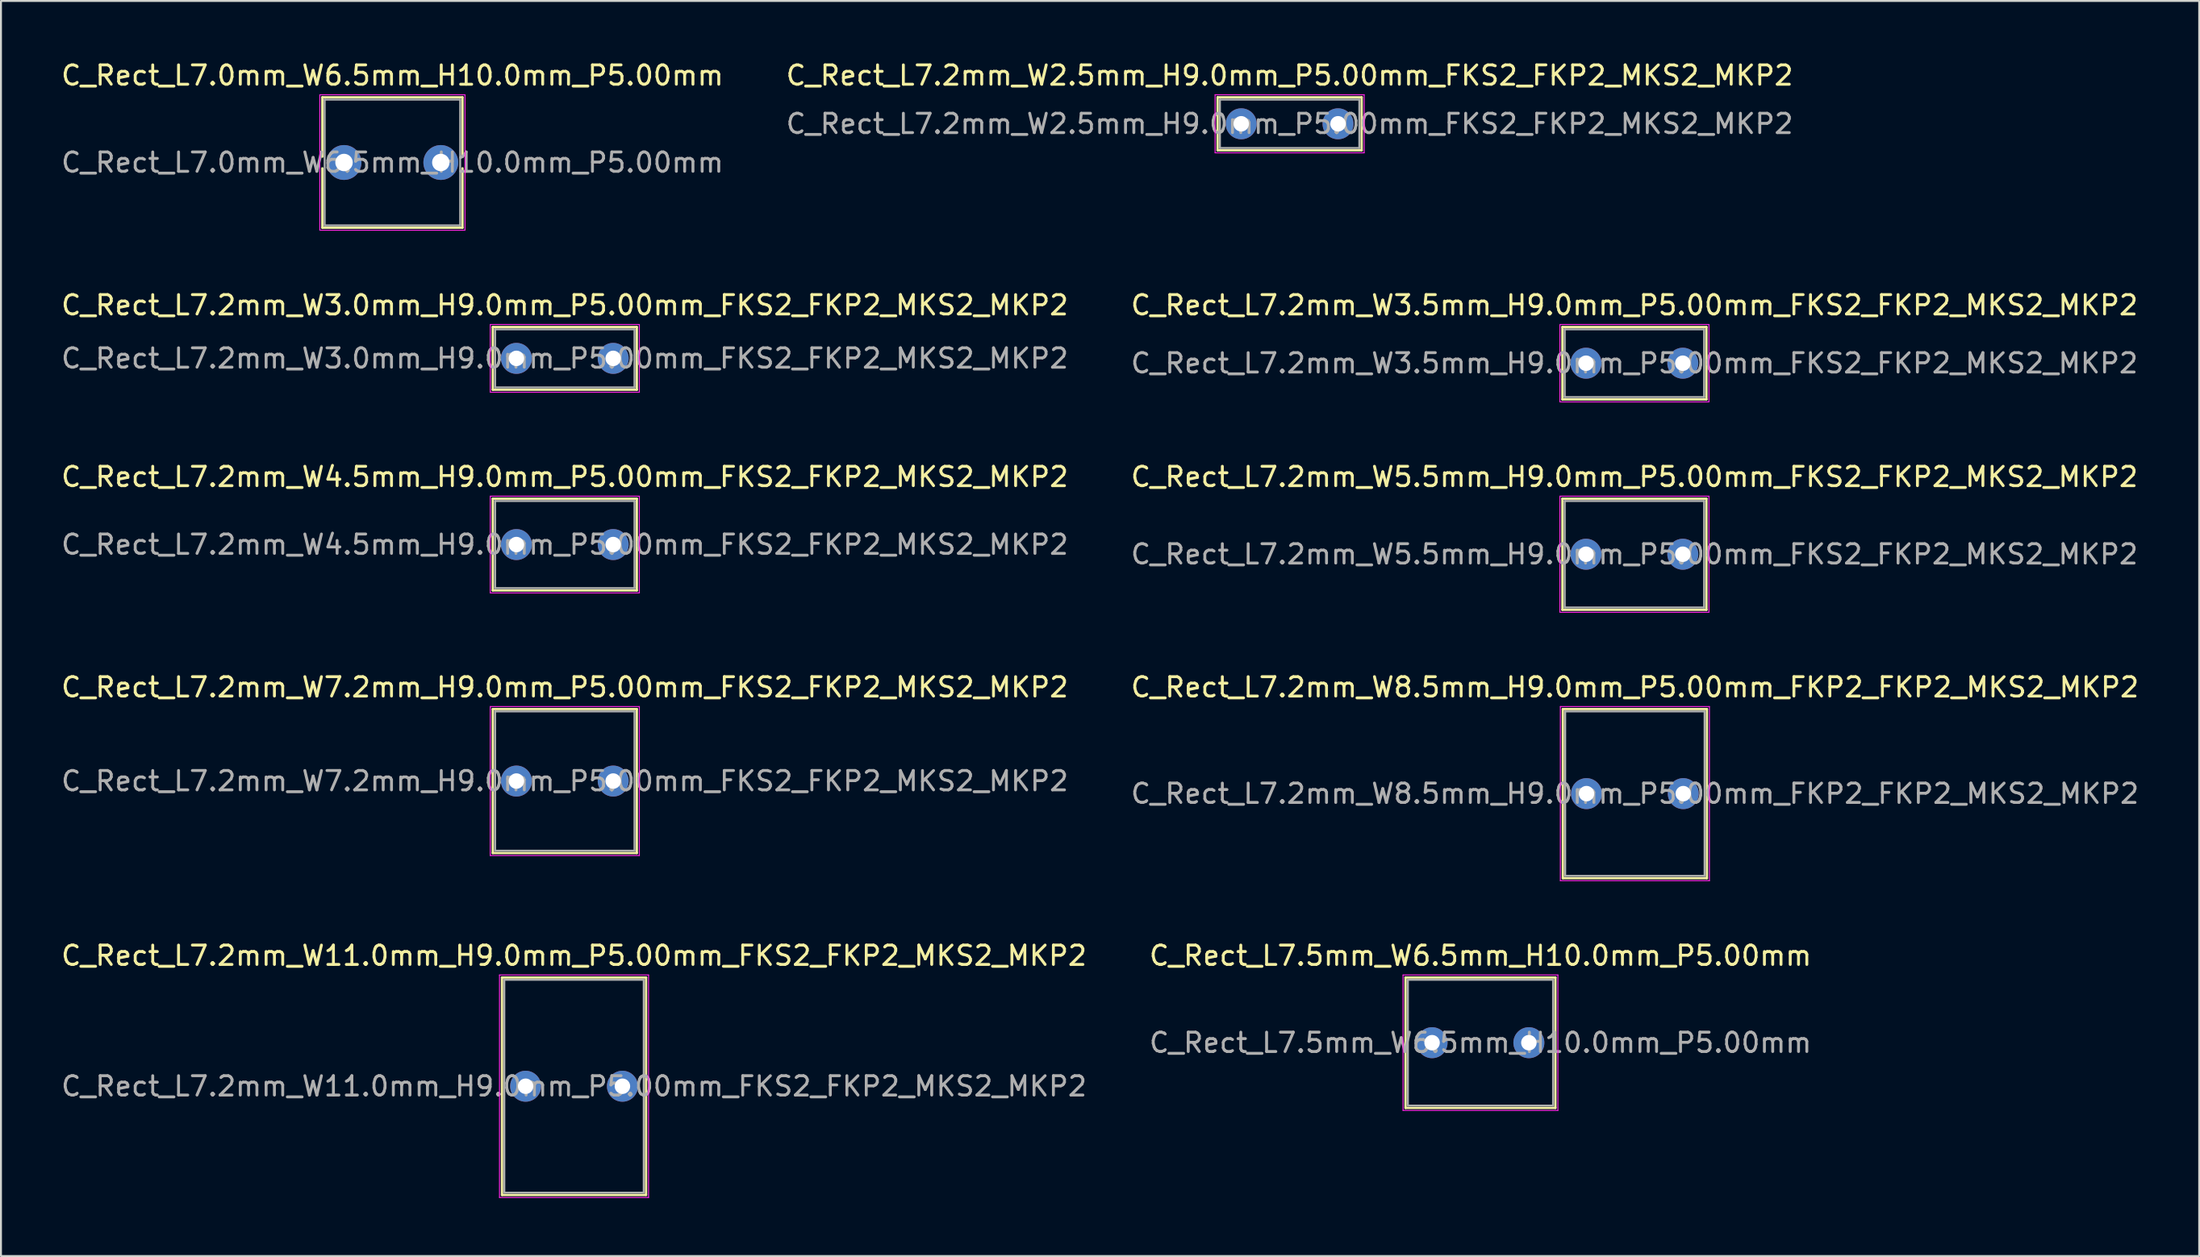
<source format=kicad_pcb>
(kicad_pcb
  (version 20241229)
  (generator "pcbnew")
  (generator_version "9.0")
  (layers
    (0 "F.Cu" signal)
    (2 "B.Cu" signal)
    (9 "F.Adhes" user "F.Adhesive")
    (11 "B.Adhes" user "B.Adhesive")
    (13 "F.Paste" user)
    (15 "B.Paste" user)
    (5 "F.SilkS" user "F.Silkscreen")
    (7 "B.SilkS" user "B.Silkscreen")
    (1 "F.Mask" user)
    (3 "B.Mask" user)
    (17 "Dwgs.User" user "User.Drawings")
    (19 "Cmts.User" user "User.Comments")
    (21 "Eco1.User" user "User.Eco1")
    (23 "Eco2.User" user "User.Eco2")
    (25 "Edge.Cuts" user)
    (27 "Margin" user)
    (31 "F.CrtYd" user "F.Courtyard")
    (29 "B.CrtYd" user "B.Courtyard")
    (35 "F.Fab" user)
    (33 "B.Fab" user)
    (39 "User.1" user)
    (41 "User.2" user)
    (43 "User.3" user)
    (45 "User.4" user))
  (footprint "C_Rect_L7.2mm_W3.5mm_H9.0mm_P5.00mm_FKS2_FKP2_MKS2_MKP2"
    (layer "F.Cu")
    (at 78.875 15.722)
    (property "Reference" "C_Rect_L7.2mm_W3.5mm_H9.0mm_P5.00mm_FKS2_FKP2_MKS2_MKP2" (at 2.5 -3 0) (layer "F.SilkS") (effects (font (size 1 1) (thickness 0.15))))
    (attr through_hole)
    (fp_line (start -1.22 -1.87) (end -1.22 1.87) (stroke (width 0.12) (type solid)) (layer "F.SilkS"))
    (fp_line (start -1.22 -1.87) (end 6.22 -1.87) (stroke (width 0.12) (type solid)) (layer "F.SilkS"))
    (fp_line (start -1.22 1.87) (end 6.22 1.87) (stroke (width 0.12) (type solid)) (layer "F.SilkS"))
    (fp_line (start 6.22 -1.87) (end 6.22 1.87) (stroke (width 0.12) (type solid)) (layer "F.SilkS"))
    (fp_line (start -1.35 -2) (end -1.35 2) (stroke (width 0.05) (type solid)) (layer "F.CrtYd"))
    (fp_line (start -1.35 2) (end 6.35 2) (stroke (width 0.05) (type solid)) (layer "F.CrtYd"))
    (fp_line (start 6.35 -2) (end -1.35 -2) (stroke (width 0.05) (type solid)) (layer "F.CrtYd"))
    (fp_line (start 6.35 2) (end 6.35 -2) (stroke (width 0.05) (type solid)) (layer "F.CrtYd"))
    (fp_line (start -1.1 -1.75) (end -1.1 1.75) (stroke (width 0.1) (type solid)) (layer "F.Fab"))
    (fp_line (start -1.1 1.75) (end 6.1 1.75) (stroke (width 0.1) (type solid)) (layer "F.Fab"))
    (fp_line (start 6.1 -1.75) (end -1.1 -1.75) (stroke (width 0.1) (type solid)) (layer "F.Fab"))
    (fp_line (start 6.1 1.75) (end 6.1 -1.75) (stroke (width 0.1) (type solid)) (layer "F.Fab"))
    (fp_text user "${REFERENCE}" (at 2.5 0 0) (layer "F.Fab") (effects (font (size 1 1) (thickness 0.15))))
    (pad "1" thru_hole circle (at 0 0) (size 1.6 1.6) (drill 0.8) (layers "*.Cu" "*.Mask"))
    (pad "2" thru_hole circle (at 5 0) (size 1.6 1.6) (drill 0.8) (layers "*.Cu" "*.Mask")))
  (footprint "C_Rect_L7.2mm_W2.5mm_H9.0mm_P5.00mm_FKS2_FKP2_MKS2_MKP2"
    (layer "F.Cu")
    (at 61.065 3.348)
    (property "Reference" "C_Rect_L7.2mm_W2.5mm_H9.0mm_P5.00mm_FKS2_FKP2_MKS2_MKP2" (at 2.5 -2.5 0) (layer "F.SilkS") (effects (font (size 1 1) (thickness 0.15))))
    (attr through_hole)
    (fp_line (start -1.22 -1.37) (end -1.22 1.37) (stroke (width 0.12) (type solid)) (layer "F.SilkS"))
    (fp_line (start -1.22 -1.37) (end 6.22 -1.37) (stroke (width 0.12) (type solid)) (layer "F.SilkS"))
    (fp_line (start -1.22 1.37) (end 6.22 1.37) (stroke (width 0.12) (type solid)) (layer "F.SilkS"))
    (fp_line (start 6.22 -1.37) (end 6.22 1.37) (stroke (width 0.12) (type solid)) (layer "F.SilkS"))
    (fp_line (start -1.35 -1.5) (end -1.35 1.5) (stroke (width 0.05) (type solid)) (layer "F.CrtYd"))
    (fp_line (start -1.35 1.5) (end 6.35 1.5) (stroke (width 0.05) (type solid)) (layer "F.CrtYd"))
    (fp_line (start 6.35 -1.5) (end -1.35 -1.5) (stroke (width 0.05) (type solid)) (layer "F.CrtYd"))
    (fp_line (start 6.35 1.5) (end 6.35 -1.5) (stroke (width 0.05) (type solid)) (layer "F.CrtYd"))
    (fp_line (start -1.1 -1.25) (end -1.1 1.25) (stroke (width 0.1) (type solid)) (layer "F.Fab"))
    (fp_line (start -1.1 1.25) (end 6.1 1.25) (stroke (width 0.1) (type solid)) (layer "F.Fab"))
    (fp_line (start 6.1 -1.25) (end -1.1 -1.25) (stroke (width 0.1) (type solid)) (layer "F.Fab"))
    (fp_line (start 6.1 1.25) (end 6.1 -1.25) (stroke (width 0.1) (type solid)) (layer "F.Fab"))
    (fp_text user "${REFERENCE}" (at 2.5 0 0) (layer "F.Fab") (effects (font (size 1 1) (thickness 0.15))))
    (pad "1" thru_hole circle (at 0 0) (size 1.6 1.6) (drill 0.8) (layers "*.Cu" "*.Mask"))
    (pad "2" thru_hole circle (at 5 0) (size 1.6 1.6) (drill 0.8) (layers "*.Cu" "*.Mask")))
  (footprint "C_Rect_L7.5mm_W6.5mm_H10.0mm_P5.00mm"
    (layer "F.Cu")
    (at 70.923 50.841)
    (property "Reference" "C_Rect_L7.5mm_W6.5mm_H10.0mm_P5.00mm" (at 2.5 -4.5 0) (layer "F.SilkS") (effects (font (size 1 1) (thickness 0.15))))
    (attr through_hole)
    (fp_line (start -1.37 -3.37) (end -1.37 3.37) (stroke (width 0.12) (type solid)) (layer "F.SilkS"))
    (fp_line (start -1.37 -3.37) (end 6.37 -3.37) (stroke (width 0.12) (type solid)) (layer "F.SilkS"))
    (fp_line (start -1.37 3.37) (end 6.37 3.37) (stroke (width 0.12) (type solid)) (layer "F.SilkS"))
    (fp_line (start 6.37 -3.37) (end 6.37 3.37) (stroke (width 0.12) (type solid)) (layer "F.SilkS"))
    (fp_line (start -1.5 -3.5) (end -1.5 3.5) (stroke (width 0.05) (type solid)) (layer "F.CrtYd"))
    (fp_line (start -1.5 3.5) (end 6.5 3.5) (stroke (width 0.05) (type solid)) (layer "F.CrtYd"))
    (fp_line (start 6.5 -3.5) (end -1.5 -3.5) (stroke (width 0.05) (type solid)) (layer "F.CrtYd"))
    (fp_line (start 6.5 3.5) (end 6.5 -3.5) (stroke (width 0.05) (type solid)) (layer "F.CrtYd"))
    (fp_line (start -1.25 -3.25) (end -1.25 3.25) (stroke (width 0.1) (type solid)) (layer "F.Fab"))
    (fp_line (start -1.25 3.25) (end 6.25 3.25) (stroke (width 0.1) (type solid)) (layer "F.Fab"))
    (fp_line (start 6.25 -3.25) (end -1.25 -3.25) (stroke (width 0.1) (type solid)) (layer "F.Fab"))
    (fp_line (start 6.25 3.25) (end 6.25 -3.25) (stroke (width 0.1) (type solid)) (layer "F.Fab"))
    (fp_text user "${REFERENCE}" (at 2.5 0 0) (layer "F.Fab") (effects (font (size 1 1) (thickness 0.15))))
    (pad "1" thru_hole circle (at 0 0) (size 1.6 1.6) (drill 0.8) (layers "*.Cu" "*.Mask"))
    (pad "2" thru_hole circle (at 5 0) (size 1.6 1.6) (drill 0.8) (layers "*.Cu" "*.Mask")))
  (footprint "C_Rect_L7.2mm_W4.5mm_H9.0mm_P5.00mm_FKS2_FKP2_MKS2_MKP2"
    (layer "F.Cu")
    (at 23.625 25.095)
    (property "Reference" "C_Rect_L7.2mm_W4.5mm_H9.0mm_P5.00mm_FKS2_FKP2_MKS2_MKP2" (at 2.5 -3.5 0) (layer "F.SilkS") (effects (font (size 1 1) (thickness 0.15))))
    (attr through_hole)
    (fp_line (start -1.22 -2.37) (end -1.22 2.37) (stroke (width 0.12) (type solid)) (layer "F.SilkS"))
    (fp_line (start -1.22 -2.37) (end 6.22 -2.37) (stroke (width 0.12) (type solid)) (layer "F.SilkS"))
    (fp_line (start -1.22 2.37) (end 6.22 2.37) (stroke (width 0.12) (type solid)) (layer "F.SilkS"))
    (fp_line (start 6.22 -2.37) (end 6.22 2.37) (stroke (width 0.12) (type solid)) (layer "F.SilkS"))
    (fp_line (start -1.35 -2.5) (end -1.35 2.5) (stroke (width 0.05) (type solid)) (layer "F.CrtYd"))
    (fp_line (start -1.35 2.5) (end 6.35 2.5) (stroke (width 0.05) (type solid)) (layer "F.CrtYd"))
    (fp_line (start 6.35 -2.5) (end -1.35 -2.5) (stroke (width 0.05) (type solid)) (layer "F.CrtYd"))
    (fp_line (start 6.35 2.5) (end 6.35 -2.5) (stroke (width 0.05) (type solid)) (layer "F.CrtYd"))
    (fp_line (start -1.1 -2.25) (end -1.1 2.25) (stroke (width 0.1) (type solid)) (layer "F.Fab"))
    (fp_line (start -1.1 2.25) (end 6.1 2.25) (stroke (width 0.1) (type solid)) (layer "F.Fab"))
    (fp_line (start 6.1 -2.25) (end -1.1 -2.25) (stroke (width 0.1) (type solid)) (layer "F.Fab"))
    (fp_line (start 6.1 2.25) (end 6.1 -2.25) (stroke (width 0.1) (type solid)) (layer "F.Fab"))
    (fp_text user "${REFERENCE}" (at 2.5 0 0) (layer "F.Fab") (effects (font (size 1 1) (thickness 0.15))))
    (pad "1" thru_hole circle (at 0 0) (size 1.6 1.6) (drill 0.8) (layers "*.Cu" "*.Mask"))
    (pad "2" thru_hole circle (at 5 0) (size 1.6 1.6) (drill 0.8) (layers "*.Cu" "*.Mask")))
  (footprint "C_Rect_L7.2mm_W7.2mm_H9.0mm_P5.00mm_FKS2_FKP2_MKS2_MKP2"
    (layer "F.Cu")
    (at 23.625 37.318)
    (property "Reference" "C_Rect_L7.2mm_W7.2mm_H9.0mm_P5.00mm_FKS2_FKP2_MKS2_MKP2" (at 2.5 -4.85 0) (layer "F.SilkS") (effects (font (size 1 1) (thickness 0.15))))
    (attr through_hole)
    (fp_line (start -1.22 -3.72) (end -1.22 3.72) (stroke (width 0.12) (type solid)) (layer "F.SilkS"))
    (fp_line (start -1.22 -3.72) (end 6.22 -3.72) (stroke (width 0.12) (type solid)) (layer "F.SilkS"))
    (fp_line (start -1.22 3.72) (end 6.22 3.72) (stroke (width 0.12) (type solid)) (layer "F.SilkS"))
    (fp_line (start 6.22 -3.72) (end 6.22 3.72) (stroke (width 0.12) (type solid)) (layer "F.SilkS"))
    (fp_line (start -1.35 -3.85) (end -1.35 3.85) (stroke (width 0.05) (type solid)) (layer "F.CrtYd"))
    (fp_line (start -1.35 3.85) (end 6.35 3.85) (stroke (width 0.05) (type solid)) (layer "F.CrtYd"))
    (fp_line (start 6.35 -3.85) (end -1.35 -3.85) (stroke (width 0.05) (type solid)) (layer "F.CrtYd"))
    (fp_line (start 6.35 3.85) (end 6.35 -3.85) (stroke (width 0.05) (type solid)) (layer "F.CrtYd"))
    (fp_line (start -1.1 -3.6) (end -1.1 3.6) (stroke (width 0.1) (type solid)) (layer "F.Fab"))
    (fp_line (start -1.1 3.6) (end 6.1 3.6) (stroke (width 0.1) (type solid)) (layer "F.Fab"))
    (fp_line (start 6.1 -3.6) (end -1.1 -3.6) (stroke (width 0.1) (type solid)) (layer "F.Fab"))
    (fp_line (start 6.1 3.6) (end 6.1 -3.6) (stroke (width 0.1) (type solid)) (layer "F.Fab"))
    (fp_text user "${REFERENCE}" (at 2.5 0 0) (layer "F.Fab") (effects (font (size 1 1) (thickness 0.15))))
    (pad "1" thru_hole circle (at 0 0) (size 1.6 1.6) (drill 0.8) (layers "*.Cu" "*.Mask"))
    (pad "2" thru_hole circle (at 5 0) (size 1.6 1.6) (drill 0.8) (layers "*.Cu" "*.Mask")))
  (footprint "C_Rect_L7.0mm_W6.5mm_H10.0mm_P5.00mm"
    (layer "F.Cu")
    (at 14.72 5.348)
    (property "Reference" "C_Rect_L7.0mm_W6.5mm_H10.0mm_P5.00mm" (at 2.5 -4.5 0) (layer "F.SilkS") (effects (font (size 1 1) (thickness 0.15))))
    (attr through_hole)
    (fp_line (start -1.12 -3.37) (end -1.12 -0.301) (stroke (width 0.12) (type solid)) (layer "F.SilkS"))
    (fp_line (start -1.12 -3.37) (end 6.12 -3.37) (stroke (width 0.12) (type solid)) (layer "F.SilkS"))
    (fp_line (start -1.12 0.301) (end -1.12 3.37) (stroke (width 0.12) (type solid)) (layer "F.SilkS"))
    (fp_line (start -1.12 3.37) (end 6.12 3.37) (stroke (width 0.12) (type solid)) (layer "F.SilkS"))
    (fp_line (start 6.12 -3.37) (end 6.12 -0.301) (stroke (width 0.12) (type solid)) (layer "F.SilkS"))
    (fp_line (start 6.12 0.301) (end 6.12 3.37) (stroke (width 0.12) (type solid)) (layer "F.SilkS"))
    (fp_line (start -1.25 -3.5) (end -1.25 3.5) (stroke (width 0.05) (type solid)) (layer "F.CrtYd"))
    (fp_line (start -1.25 3.5) (end 6.25 3.5) (stroke (width 0.05) (type solid)) (layer "F.CrtYd"))
    (fp_line (start 6.25 -3.5) (end -1.25 -3.5) (stroke (width 0.05) (type solid)) (layer "F.CrtYd"))
    (fp_line (start 6.25 3.5) (end 6.25 -3.5) (stroke (width 0.05) (type solid)) (layer "F.CrtYd"))
    (fp_line (start -1 -3.25) (end -1 3.25) (stroke (width 0.1) (type solid)) (layer "F.Fab"))
    (fp_line (start -1 3.25) (end 6 3.25) (stroke (width 0.1) (type solid)) (layer "F.Fab"))
    (fp_line (start 6 -3.25) (end -1 -3.25) (stroke (width 0.1) (type solid)) (layer "F.Fab"))
    (fp_line (start 6 3.25) (end 6 -3.25) (stroke (width 0.1) (type solid)) (layer "F.Fab"))
    (fp_text user "${REFERENCE}" (at 2.5 0 0) (layer "F.Fab") (effects (font (size 1 1) (thickness 0.15))))
    (pad "1" thru_hole circle (at 0 0) (size 1.8 1.8) (drill 0.9) (layers "*.Cu" "*.Mask"))
    (pad "2" thru_hole circle (at 5 0) (size 1.8 1.8) (drill 0.9) (layers "*.Cu" "*.Mask")))
  (footprint "C_Rect_L7.2mm_W8.5mm_H9.0mm_P5.00mm_FKP2_FKP2_MKS2_MKP2"
    (layer "F.Cu")
    (at 78.899 37.968)
    (property "Reference" "C_Rect_L7.2mm_W8.5mm_H9.0mm_P5.00mm_FKP2_FKP2_MKS2_MKP2" (at 2.5 -5.5 0) (layer "F.SilkS") (effects (font (size 1 1) (thickness 0.15))))
    (attr through_hole)
    (fp_line (start -1.22 -4.37) (end -1.22 4.37) (stroke (width 0.12) (type solid)) (layer "F.SilkS"))
    (fp_line (start -1.22 -4.37) (end 6.22 -4.37) (stroke (width 0.12) (type solid)) (layer "F.SilkS"))
    (fp_line (start -1.22 4.37) (end 6.22 4.37) (stroke (width 0.12) (type solid)) (layer "F.SilkS"))
    (fp_line (start 6.22 -4.37) (end 6.22 4.37) (stroke (width 0.12) (type solid)) (layer "F.SilkS"))
    (fp_line (start -1.35 -4.5) (end -1.35 4.5) (stroke (width 0.05) (type solid)) (layer "F.CrtYd"))
    (fp_line (start -1.35 4.5) (end 6.35 4.5) (stroke (width 0.05) (type solid)) (layer "F.CrtYd"))
    (fp_line (start 6.35 -4.5) (end -1.35 -4.5) (stroke (width 0.05) (type solid)) (layer "F.CrtYd"))
    (fp_line (start 6.35 4.5) (end 6.35 -4.5) (stroke (width 0.05) (type solid)) (layer "F.CrtYd"))
    (fp_line (start -1.1 -4.25) (end -1.1 4.25) (stroke (width 0.1) (type solid)) (layer "F.Fab"))
    (fp_line (start -1.1 4.25) (end 6.1 4.25) (stroke (width 0.1) (type solid)) (layer "F.Fab"))
    (fp_line (start 6.1 -4.25) (end -1.1 -4.25) (stroke (width 0.1) (type solid)) (layer "F.Fab"))
    (fp_line (start 6.1 4.25) (end 6.1 -4.25) (stroke (width 0.1) (type solid)) (layer "F.Fab"))
    (fp_text user "${REFERENCE}" (at 2.5 0 0) (layer "F.Fab") (effects (font (size 1 1) (thickness 0.15))))
    (pad "1" thru_hole circle (at 0 0) (size 1.6 1.6) (drill 0.8) (layers "*.Cu" "*.Mask"))
    (pad "2" thru_hole circle (at 5 0) (size 1.6 1.6) (drill 0.8) (layers "*.Cu" "*.Mask")))
  (footprint "C_Rect_L7.2mm_W11.0mm_H9.0mm_P5.00mm_FKS2_FKP2_MKS2_MKP2"
    (layer "F.Cu")
    (at 24.101 53.091)
    (property "Reference" "C_Rect_L7.2mm_W11.0mm_H9.0mm_P5.00mm_FKS2_FKP2_MKS2_MKP2" (at 2.5 -6.75 0) (layer "F.SilkS") (effects (font (size 1 1) (thickness 0.15))))
    (attr through_hole)
    (fp_line (start -1.22 -5.62) (end -1.22 5.62) (stroke (width 0.12) (type solid)) (layer "F.SilkS"))
    (fp_line (start -1.22 -5.62) (end 6.22 -5.62) (stroke (width 0.12) (type solid)) (layer "F.SilkS"))
    (fp_line (start -1.22 5.62) (end 6.22 5.62) (stroke (width 0.12) (type solid)) (layer "F.SilkS"))
    (fp_line (start 6.22 -5.62) (end 6.22 5.62) (stroke (width 0.12) (type solid)) (layer "F.SilkS"))
    (fp_line (start -1.35 -5.75) (end -1.35 5.75) (stroke (width 0.05) (type solid)) (layer "F.CrtYd"))
    (fp_line (start -1.35 5.75) (end 6.35 5.75) (stroke (width 0.05) (type solid)) (layer "F.CrtYd"))
    (fp_line (start 6.35 -5.75) (end -1.35 -5.75) (stroke (width 0.05) (type solid)) (layer "F.CrtYd"))
    (fp_line (start 6.35 5.75) (end 6.35 -5.75) (stroke (width 0.05) (type solid)) (layer "F.CrtYd"))
    (fp_line (start -1.1 -5.5) (end -1.1 5.5) (stroke (width 0.1) (type solid)) (layer "F.Fab"))
    (fp_line (start -1.1 5.5) (end 6.1 5.5) (stroke (width 0.1) (type solid)) (layer "F.Fab"))
    (fp_line (start 6.1 -5.5) (end -1.1 -5.5) (stroke (width 0.1) (type solid)) (layer "F.Fab"))
    (fp_line (start 6.1 5.5) (end 6.1 -5.5) (stroke (width 0.1) (type solid)) (layer "F.Fab"))
    (fp_text user "${REFERENCE}" (at 2.5 0 0) (layer "F.Fab") (effects (font (size 1 1) (thickness 0.15))))
    (pad "1" thru_hole circle (at 0 0) (size 1.6 1.6) (drill 0.8) (layers "*.Cu" "*.Mask"))
    (pad "2" thru_hole circle (at 5 0) (size 1.6 1.6) (drill 0.8) (layers "*.Cu" "*.Mask")))
  (footprint "C_Rect_L7.2mm_W5.5mm_H9.0mm_P5.00mm_FKS2_FKP2_MKS2_MKP2"
    (layer "F.Cu")
    (at 78.875 25.595)
    (property "Reference" "C_Rect_L7.2mm_W5.5mm_H9.0mm_P5.00mm_FKS2_FKP2_MKS2_MKP2" (at 2.5 -4 0) (layer "F.SilkS") (effects (font (size 1 1) (thickness 0.15))))
    (attr through_hole)
    (fp_line (start -1.22 -2.87) (end -1.22 2.87) (stroke (width 0.12) (type solid)) (layer "F.SilkS"))
    (fp_line (start -1.22 -2.87) (end 6.22 -2.87) (stroke (width 0.12) (type solid)) (layer "F.SilkS"))
    (fp_line (start -1.22 2.87) (end 6.22 2.87) (stroke (width 0.12) (type solid)) (layer "F.SilkS"))
    (fp_line (start 6.22 -2.87) (end 6.22 2.87) (stroke (width 0.12) (type solid)) (layer "F.SilkS"))
    (fp_line (start -1.35 -3) (end -1.35 3) (stroke (width 0.05) (type solid)) (layer "F.CrtYd"))
    (fp_line (start -1.35 3) (end 6.35 3) (stroke (width 0.05) (type solid)) (layer "F.CrtYd"))
    (fp_line (start 6.35 -3) (end -1.35 -3) (stroke (width 0.05) (type solid)) (layer "F.CrtYd"))
    (fp_line (start 6.35 3) (end 6.35 -3) (stroke (width 0.05) (type solid)) (layer "F.CrtYd"))
    (fp_line (start -1.1 -2.75) (end -1.1 2.75) (stroke (width 0.1) (type solid)) (layer "F.Fab"))
    (fp_line (start -1.1 2.75) (end 6.1 2.75) (stroke (width 0.1) (type solid)) (layer "F.Fab"))
    (fp_line (start 6.1 -2.75) (end -1.1 -2.75) (stroke (width 0.1) (type solid)) (layer "F.Fab"))
    (fp_line (start 6.1 2.75) (end 6.1 -2.75) (stroke (width 0.1) (type solid)) (layer "F.Fab"))
    (fp_text user "${REFERENCE}" (at 2.5 0 0) (layer "F.Fab") (effects (font (size 1 1) (thickness 0.15))))
    (pad "1" thru_hole circle (at 0 0) (size 1.6 1.6) (drill 0.8) (layers "*.Cu" "*.Mask"))
    (pad "2" thru_hole circle (at 5 0) (size 1.6 1.6) (drill 0.8) (layers "*.Cu" "*.Mask")))
  (footprint "C_Rect_L7.2mm_W3.0mm_H9.0mm_P5.00mm_FKS2_FKP2_MKS2_MKP2"
    (layer "F.Cu")
    (at 23.625 15.472)
    (property "Reference" "C_Rect_L7.2mm_W3.0mm_H9.0mm_P5.00mm_FKS2_FKP2_MKS2_MKP2" (at 2.5 -2.75 0) (layer "F.SilkS") (effects (font (size 1 1) (thickness 0.15))))
    (attr through_hole)
    (fp_line (start -1.22 -1.62) (end -1.22 1.62) (stroke (width 0.12) (type solid)) (layer "F.SilkS"))
    (fp_line (start -1.22 -1.62) (end 6.22 -1.62) (stroke (width 0.12) (type solid)) (layer "F.SilkS"))
    (fp_line (start -1.22 1.62) (end 6.22 1.62) (stroke (width 0.12) (type solid)) (layer "F.SilkS"))
    (fp_line (start 6.22 -1.62) (end 6.22 1.62) (stroke (width 0.12) (type solid)) (layer "F.SilkS"))
    (fp_line (start -1.35 -1.75) (end -1.35 1.75) (stroke (width 0.05) (type solid)) (layer "F.CrtYd"))
    (fp_line (start -1.35 1.75) (end 6.35 1.75) (stroke (width 0.05) (type solid)) (layer "F.CrtYd"))
    (fp_line (start 6.35 -1.75) (end -1.35 -1.75) (stroke (width 0.05) (type solid)) (layer "F.CrtYd"))
    (fp_line (start 6.35 1.75) (end 6.35 -1.75) (stroke (width 0.05) (type solid)) (layer "F.CrtYd"))
    (fp_line (start -1.1 -1.5) (end -1.1 1.5) (stroke (width 0.1) (type solid)) (layer "F.Fab"))
    (fp_line (start -1.1 1.5) (end 6.1 1.5) (stroke (width 0.1) (type solid)) (layer "F.Fab"))
    (fp_line (start 6.1 -1.5) (end -1.1 -1.5) (stroke (width 0.1) (type solid)) (layer "F.Fab"))
    (fp_line (start 6.1 1.5) (end 6.1 -1.5) (stroke (width 0.1) (type solid)) (layer "F.Fab"))
    (fp_text user "${REFERENCE}" (at 2.5 0 0) (layer "F.Fab") (effects (font (size 1 1) (thickness 0.15))))
    (pad "1" thru_hole circle (at 0 0) (size 1.6 1.6) (drill 0.8) (layers "*.Cu" "*.Mask"))
    (pad "2" thru_hole circle (at 5 0) (size 1.6 1.6) (drill 0.8) (layers "*.Cu" "*.Mask")))
  (gr_rect
    (start -3 -3)
    (end 110.548 61.866)
    (stroke (width 0.1) (type default))
    (fill no)
    (layer "Edge.Cuts")))
</source>
